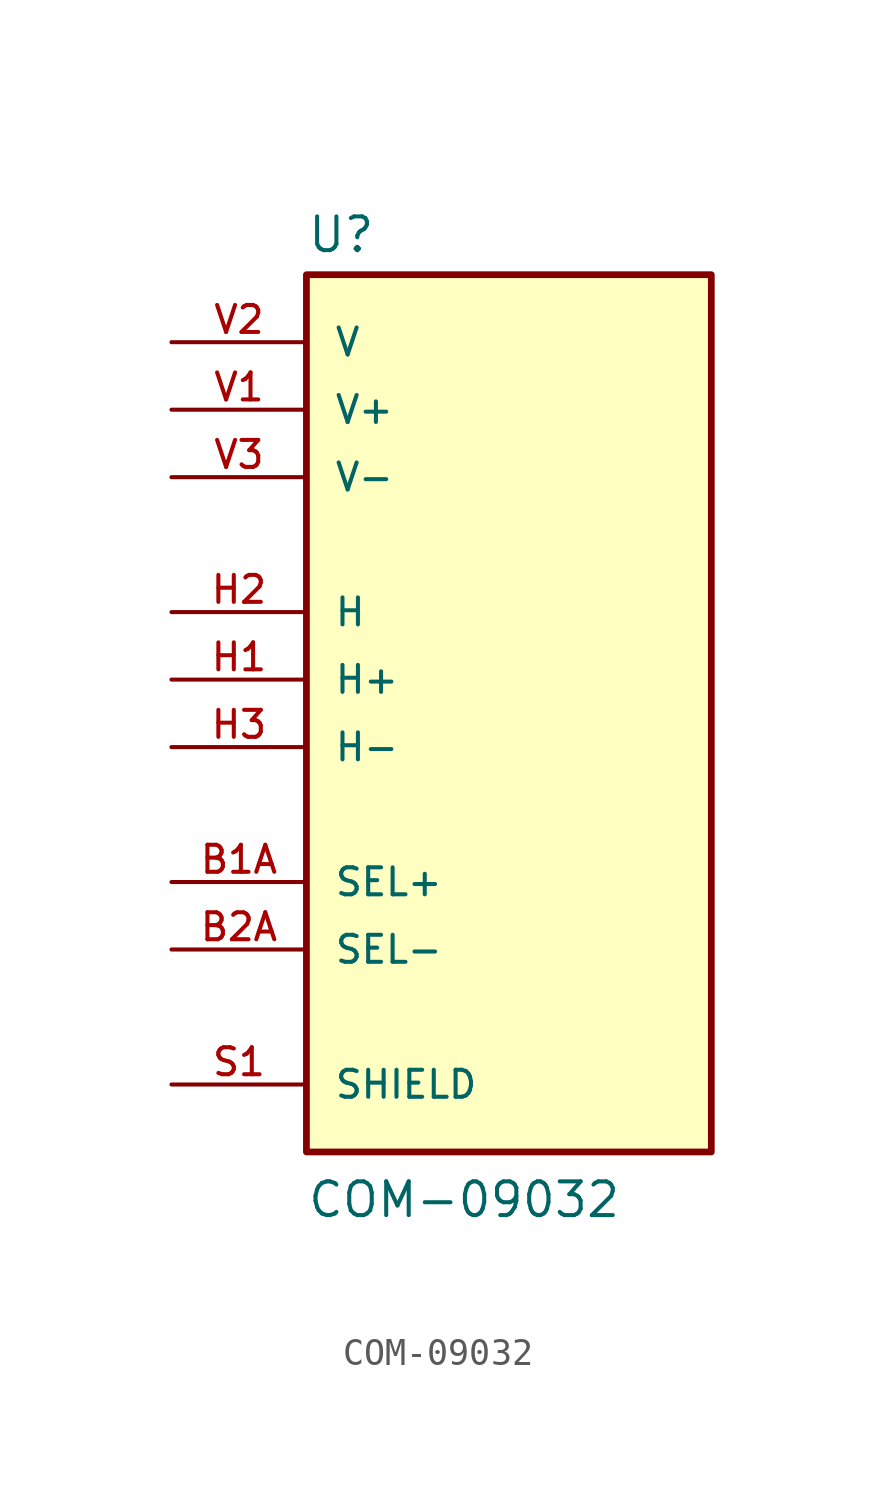
<source format=kicad_sym>
(kicad_symbol_lib
  (version 20211014)
  (generator kicad_symbol_editor)
  (symbol "COM-09032"
    (pin_names
      (offset 1.016))
    (property "Reference" "U"
      (at -7.62 16.002 0)
      (effects (font (size 1.27 1.27)) (justify bottom left)))
    (property "Value" "COM-09032"
      (at -7.62 -20.32 0)
      (effects (font (size 1.27 1.27)) (justify bottom left)))
    (symbol "COM-09032_0_0"
      (rectangle (start -7.62 -17.78) (end 7.62 15.24) (stroke (width 0.254)) (fill (type background)))
      (pin passive line (at -12.7 12.7 0) (length 5.08) (name "V" (effects (font (size 1.016 1.016)))) (number "V2" (effects (font (size 1.016 1.016)))))
      (pin passive line (at -12.7 -7.62 0) (length 5.08) (name "SEL+" (effects (font (size 1.016 1.016)))) (number "B1A" (effects (font (size 1.016 1.016)))))
      (pin passive line (at -12.7 0.0 0) (length 5.08) (name "H+" (effects (font (size 1.016 1.016)))) (number "H1" (effects (font (size 1.016 1.016)))))
      (pin passive line (at -12.7 2.54 0) (length 5.08) (name "H" (effects (font (size 1.016 1.016)))) (number "H2" (effects (font (size 1.016 1.016)))))
      (pin passive line (at -12.7 -2.54 0) (length 5.08) (name "H-" (effects (font (size 1.016 1.016)))) (number "H3" (effects (font (size 1.016 1.016)))))
      (pin passive line (at -12.7 10.16 0) (length 5.08) (name "V+" (effects (font (size 1.016 1.016)))) (number "V1" (effects (font (size 1.016 1.016)))))
      (pin passive line (at -12.7 7.62 0) (length 5.08) (name "V-" (effects (font (size 1.016 1.016)))) (number "V3" (effects (font (size 1.016 1.016)))))
      (pin passive line (at -12.7 -10.16 0) (length 5.08) (name "SEL-" (effects (font (size 1.016 1.016)))) (number "B2A" (effects (font (size 1.016 1.016)))))
      (pin passive line (at -12.7 -15.24 0) (length 5.08) (name "SHIELD" (effects (font (size 1.016 1.016)))) (number "S1" (effects (font (size 1.016 1.016)))))
      (pin passive line (at -12.7 -15.24 0) (length 5.08) hide (name "SHIELD" (effects (font (size 1.016 1.016)))) (number "S2" (effects (font (size 1.016 1.016)))))
      (pin passive line (at -12.7 -15.24 0) (length 5.08) hide (name "SHIELD" (effects (font (size 1.016 1.016)))) (number "S3" (effects (font (size 1.016 1.016)))))
      (pin passive line (at -12.7 -15.24 0) (length 5.08) hide (name "SHIELD" (effects (font (size 1.016 1.016)))) (number "S4" (effects (font (size 1.016 1.016))))))))
</source>
